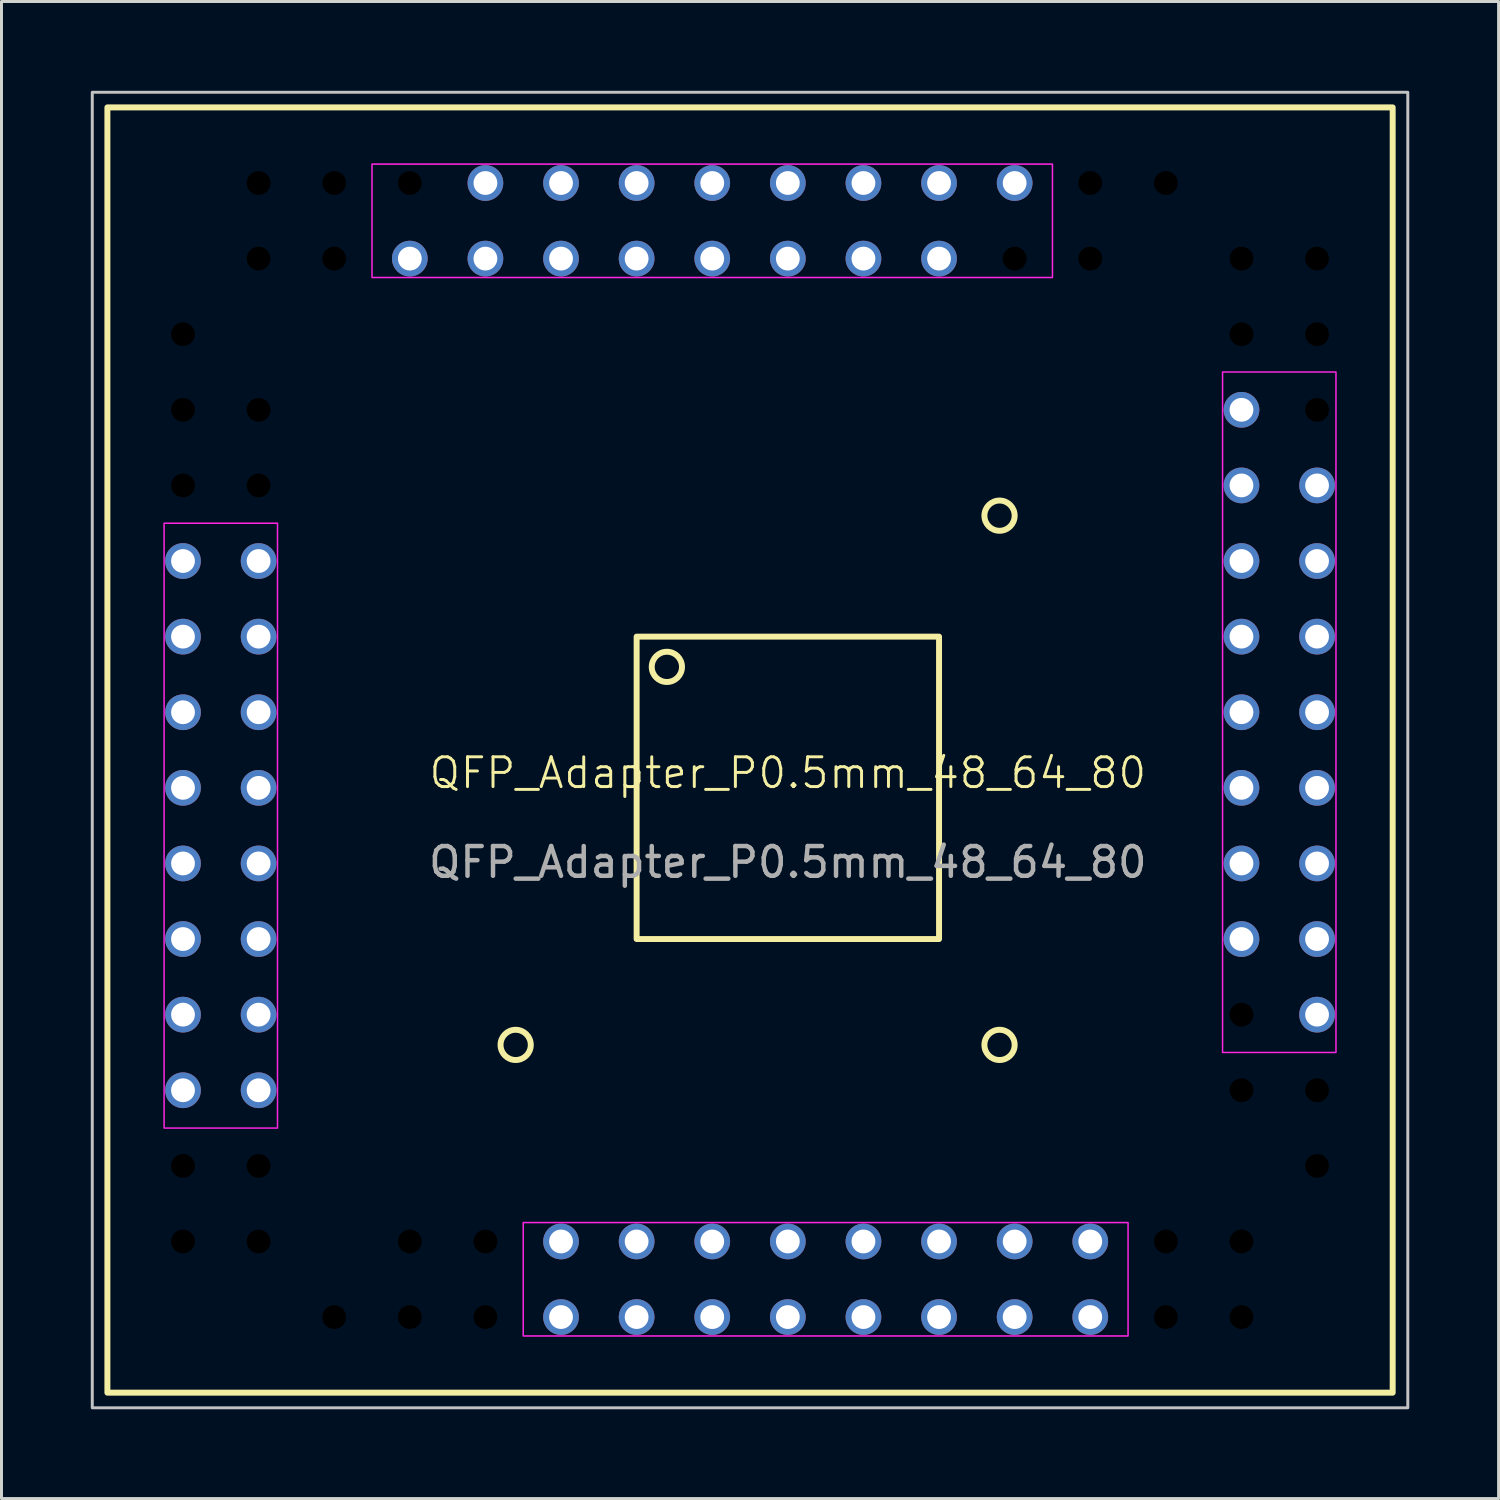
<source format=kicad_pcb>
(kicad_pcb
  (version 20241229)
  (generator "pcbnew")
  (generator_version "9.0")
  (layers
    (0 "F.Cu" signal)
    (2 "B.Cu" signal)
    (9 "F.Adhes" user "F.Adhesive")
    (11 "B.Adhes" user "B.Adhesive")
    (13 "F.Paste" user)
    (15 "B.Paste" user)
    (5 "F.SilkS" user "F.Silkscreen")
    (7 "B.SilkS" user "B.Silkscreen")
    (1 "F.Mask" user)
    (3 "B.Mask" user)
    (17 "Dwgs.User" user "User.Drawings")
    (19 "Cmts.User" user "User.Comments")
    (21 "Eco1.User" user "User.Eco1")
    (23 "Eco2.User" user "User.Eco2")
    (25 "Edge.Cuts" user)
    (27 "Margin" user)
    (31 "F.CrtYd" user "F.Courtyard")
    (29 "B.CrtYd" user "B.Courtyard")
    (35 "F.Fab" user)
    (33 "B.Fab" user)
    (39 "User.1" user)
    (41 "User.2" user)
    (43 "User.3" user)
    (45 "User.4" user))
  (footprint "QFP_Adapter_P0.5mm_48_64_80"
    (layer "F.Cu")
    (at 23.418 23.418)
    (property "Reference" "QFP_Adapter_P0.5mm_48_64_80" (at 0 -0.5 0) (unlocked yes) (layer "F.SilkS") (effects (font (size 1 1) (thickness 0.1))))
    (attr through_hole)
    (fp_rect (start -22.86 -22.86) (end 20.32 20.32) (stroke (width 0.2) (type default)) (fill no) (layer "F.SilkS"))
    (fp_rect (start -5.08 -5.08) (end 5.08 5.08) (stroke (width 0.2) (type default)) (fill no) (layer "F.SilkS"))
    (fp_circle (center -9.144 8.636) (end -8.636 8.636) (stroke (width 0.2) (type default)) (fill no) (layer "F.SilkS"))
    (fp_circle (center -4.064 -4.064) (end -3.556 -4.064) (stroke (width 0.2) (type default)) (fill no) (layer "F.SilkS"))
    (fp_circle (center 7.112 -9.144) (end 7.62 -9.144) (stroke (width 0.2) (type default)) (fill no) (layer "F.SilkS"))
    (fp_circle (center 7.112 8.636) (end 7.62 8.636) (stroke (width 0.2) (type default)) (fill no) (layer "F.SilkS"))
    (fp_rect (start -23.368 -23.368) (end 20.828 20.828) (stroke (width 0.1) (type default)) (fill no) (layer "Dwgs.User"))
    (fp_rect (start -20.955 -8.89) (end -17.145 11.43) (stroke (width 0.05) (type default)) (fill no) (layer "F.CrtYd"))
    (fp_rect (start -13.97 -20.955) (end 8.89 -17.145) (stroke (width 0.05) (type default)) (fill no) (layer "F.CrtYd"))
    (fp_rect (start -8.89 14.605) (end 11.43 18.415) (stroke (width 0.05) (type default)) (fill no) (layer "F.CrtYd"))
    (fp_rect (start 14.605 -13.97) (end 18.415 8.89) (stroke (width 0.05) (type default)) (fill no) (layer "F.CrtYd"))
    (fp_text user "${REFERENCE}" (at 0 2.5 0) (unlocked yes) (layer "F.Fab") (effects (font (size 1 1) (thickness 0.15))))
    (pad "" np_thru_hole circle (at -20.32 -15.24 90) (size 1.2 1.2) (drill 0.8) (layers "*.Mask"))
    (pad "" np_thru_hole circle (at -20.32 -12.7 90) (size 1.2 1.2) (drill 0.8) (layers "*.Mask"))
    (pad "" np_thru_hole circle (at -20.32 -10.16 90) (size 1.2 1.2) (drill 0.8) (layers "*.Mask"))
    (pad "" np_thru_hole circle (at -20.32 12.7 90) (size 1.2 1.2) (drill 0.8) (layers "*.Mask"))
    (pad "" np_thru_hole circle (at -20.32 15.24 90) (size 1.2 1.2) (drill 0.8) (layers "*.Mask"))
    (pad "" np_thru_hole circle (at -17.78 -20.32 90) (size 1.2 1.2) (drill 0.8) (layers "*.Mask"))
    (pad "" np_thru_hole circle (at -17.78 -17.78 90) (size 1.2 1.2) (drill 0.8) (layers "*.Mask"))
    (pad "" np_thru_hole circle (at -17.78 -12.7 90) (size 1.2 1.2) (drill 0.8) (layers "*.Mask"))
    (pad "" np_thru_hole circle (at -17.78 -10.16 90) (size 1.2 1.2) (drill 0.8) (layers "*.Mask"))
    (pad "" np_thru_hole circle (at -17.78 12.7 90) (size 1.2 1.2) (drill 0.8) (layers "*.Mask"))
    (pad "" np_thru_hole circle (at -17.78 15.24 90) (size 1.2 1.2) (drill 0.8) (layers "*.Mask"))
    (pad "" np_thru_hole circle (at -15.24 -20.32 90) (size 1.2 1.2) (drill 0.8) (layers "*.Mask"))
    (pad "" np_thru_hole circle (at -15.24 -17.78 90) (size 1.2 1.2) (drill 0.8) (layers "*.Mask"))
    (pad "" np_thru_hole circle (at -15.24 17.78 90) (size 1.2 1.2) (drill 0.8) (layers "*.Mask"))
    (pad "" np_thru_hole circle (at -12.7 -20.32 90) (size 1.2 1.2) (drill 0.8) (layers "*.Mask"))
    (pad "" np_thru_hole circle (at -12.7 15.24 90) (size 1.2 1.2) (drill 0.8) (layers "*.Mask"))
    (pad "" np_thru_hole circle (at -12.7 17.78 90) (size 1.2 1.2) (drill 0.8) (layers "*.Mask"))
    (pad "" np_thru_hole circle (at -10.16 15.24 90) (size 1.2 1.2) (drill 0.8) (layers "*.Mask"))
    (pad "" np_thru_hole circle (at -10.16 17.78 90) (size 1.2 1.2) (drill 0.8) (layers "*.Mask"))
    (pad "" np_thru_hole circle (at 7.62 -17.78 90) (size 1.2 1.2) (drill 0.8) (layers "*.Mask"))
    (pad "" np_thru_hole circle (at 10.16 -20.32 90) (size 1.2 1.2) (drill 0.8) (layers "*.Mask"))
    (pad "" np_thru_hole circle (at 10.16 -17.78 90) (size 1.2 1.2) (drill 0.8) (layers "*.Mask"))
    (pad "" np_thru_hole circle (at 12.7 -20.32 90) (size 1.2 1.2) (drill 0.8) (layers "*.Mask"))
    (pad "" np_thru_hole circle (at 12.7 15.24 90) (size 1.2 1.2) (drill 0.8) (layers "*.Mask"))
    (pad "" np_thru_hole circle (at 12.7 17.78 90) (size 1.2 1.2) (drill 0.8) (layers "*.Mask"))
    (pad "" np_thru_hole circle (at 15.24 -17.78 90) (size 1.2 1.2) (drill 0.8) (layers "*.Mask"))
    (pad "" np_thru_hole circle (at 15.24 -15.24 90) (size 1.2 1.2) (drill 0.8) (layers "*.Mask"))
    (pad "" np_thru_hole circle (at 15.24 7.62 90) (size 1.2 1.2) (drill 0.8) (layers "*.Mask"))
    (pad "" np_thru_hole circle (at 15.24 10.16 90) (size 1.2 1.2) (drill 0.8) (layers "*.Mask"))
    (pad "" np_thru_hole circle (at 15.24 15.24 90) (size 1.2 1.2) (drill 0.8) (layers "*.Mask"))
    (pad "" np_thru_hole circle (at 15.24 17.78 90) (size 1.2 1.2) (drill 0.8) (layers "*.Mask"))
    (pad "" np_thru_hole circle (at 17.78 -17.78 90) (size 1.2 1.2) (drill 0.8) (layers "*.Mask"))
    (pad "" np_thru_hole circle (at 17.78 -15.24 90) (size 1.2 1.2) (drill 0.8) (layers "*.Mask"))
    (pad "" np_thru_hole circle (at 17.78 -12.7 90) (size 1.2 1.2) (drill 0.8) (layers "*.Mask"))
    (pad "" np_thru_hole circle (at 17.78 10.16 90) (size 1.2 1.2) (drill 0.8) (layers "*.Mask"))
    (pad "" np_thru_hole circle (at 17.78 12.7 90) (size 1.2 1.2) (drill 0.8) (layers "*.Mask"))
    (pad "1" thru_hole circle (at -17.78 -7.62 270) (size 1.2 1.2) (drill 0.8) (layers "*.Cu" "*.Mask"))
    (pad "2" thru_hole circle (at -20.32 -7.62 270) (size 1.2 1.2) (drill 0.8) (layers "*.Cu" "*.Mask"))
    (pad "3" thru_hole circle (at -17.78 -5.08 270) (size 1.2 1.2) (drill 0.8) (layers "*.Cu" "*.Mask"))
    (pad "4" thru_hole circle (at -20.32 -5.08 270) (size 1.2 1.2) (drill 0.8) (layers "*.Cu" "*.Mask"))
    (pad "5" thru_hole circle (at -17.78 -2.54 270) (size 1.2 1.2) (drill 0.8) (layers "*.Cu" "*.Mask"))
    (pad "6" thru_hole circle (at -20.32 -2.54 270) (size 1.2 1.2) (drill 0.8) (layers "*.Cu" "*.Mask"))
    (pad "7" thru_hole circle (at -17.78 0 270) (size 1.2 1.2) (drill 0.8) (layers "*.Cu" "*.Mask"))
    (pad "8" thru_hole circle (at -20.32 0 270) (size 1.2 1.2) (drill 0.8) (layers "*.Cu" "*.Mask"))
    (pad "9" thru_hole circle (at -17.78 2.54 270) (size 1.2 1.2) (drill 0.8) (layers "*.Cu" "*.Mask"))
    (pad "10" thru_hole circle (at -20.32 2.54 270) (size 1.2 1.2) (drill 0.8) (layers "*.Cu" "*.Mask"))
    (pad "11" thru_hole circle (at -17.78 5.08 270) (size 1.2 1.2) (drill 0.8) (layers "*.Cu" "*.Mask"))
    (pad "12" thru_hole circle (at -20.32 5.08 270) (size 1.2 1.2) (drill 0.8) (layers "*.Cu" "*.Mask"))
    (pad "13" thru_hole circle (at -17.78 7.62 270) (size 1.2 1.2) (drill 0.8) (layers "*.Cu" "*.Mask"))
    (pad "14" thru_hole circle (at -20.32 7.62 270) (size 1.2 1.2) (drill 0.8) (layers "*.Cu" "*.Mask"))
    (pad "15" thru_hole circle (at -17.78 10.16 270) (size 1.2 1.2) (drill 0.8) (layers "*.Cu" "*.Mask"))
    (pad "16" thru_hole circle (at -20.32 10.16 270) (size 1.2 1.2) (drill 0.8) (layers "*.Cu" "*.Mask"))
    (pad "17" thru_hole circle (at -7.62 15.24 270) (size 1.2 1.2) (drill 0.8) (layers "*.Cu" "*.Mask"))
    (pad "18" thru_hole circle (at -7.62 17.78 270) (size 1.2 1.2) (drill 0.8) (layers "*.Cu" "*.Mask"))
    (pad "19" thru_hole circle (at -5.08 15.24 270) (size 1.2 1.2) (drill 0.8) (layers "*.Cu" "*.Mask"))
    (pad "20" thru_hole circle (at -5.08 17.78 270) (size 1.2 1.2) (drill 0.8) (layers "*.Cu" "*.Mask"))
    (pad "21" thru_hole circle (at -2.54 15.24 270) (size 1.2 1.2) (drill 0.8) (layers "*.Cu" "*.Mask"))
    (pad "22" thru_hole circle (at -2.54 17.78 270) (size 1.2 1.2) (drill 0.8) (layers "*.Cu" "*.Mask"))
    (pad "23" thru_hole circle (at 0 15.24 270) (size 1.2 1.2) (drill 0.8) (layers "*.Cu" "*.Mask"))
    (pad "24" thru_hole circle (at 0 17.78 270) (size 1.2 1.2) (drill 0.8) (layers "*.Cu" "*.Mask"))
    (pad "25" thru_hole circle (at 2.54 15.24 270) (size 1.2 1.2) (drill 0.8) (layers "*.Cu" "*.Mask"))
    (pad "26" thru_hole circle (at 2.54 17.78 270) (size 1.2 1.2) (drill 0.8) (layers "*.Cu" "*.Mask"))
    (pad "27" thru_hole circle (at 5.08 15.24 270) (size 1.2 1.2) (drill 0.8) (layers "*.Cu" "*.Mask"))
    (pad "28" thru_hole circle (at 5.08 17.78 270) (size 1.2 1.2) (drill 0.8) (layers "*.Cu" "*.Mask"))
    (pad "29" thru_hole circle (at 7.62 15.24 270) (size 1.2 1.2) (drill 0.8) (layers "*.Cu" "*.Mask"))
    (pad "30" thru_hole circle (at 7.62 17.78 270) (size 1.2 1.2) (drill 0.8) (layers "*.Cu" "*.Mask"))
    (pad "31" thru_hole circle (at 10.16 15.24 270) (size 1.2 1.2) (drill 0.8) (layers "*.Cu" "*.Mask"))
    (pad "32" thru_hole circle (at 10.16 17.78 270) (size 1.2 1.2) (drill 0.8) (layers "*.Cu" "*.Mask"))
    (pad "33" thru_hole circle (at 17.78 7.62 270) (size 1.2 1.2) (drill 0.8) (layers "*.Cu" "*.Mask"))
    (pad "34" thru_hole circle (at 15.24 5.08 270) (size 1.2 1.2) (drill 0.8) (layers "*.Cu" "*.Mask"))
    (pad "35" thru_hole circle (at 17.78 5.08 270) (size 1.2 1.2) (drill 0.8) (layers "*.Cu" "*.Mask"))
    (pad "36" thru_hole circle (at 15.24 2.54 270) (size 1.2 1.2) (drill 0.8) (layers "*.Cu" "*.Mask"))
    (pad "37" thru_hole circle (at 17.78 2.54 270) (size 1.2 1.2) (drill 0.8) (layers "*.Cu" "*.Mask"))
    (pad "38" thru_hole circle (at 15.24 0 270) (size 1.2 1.2) (drill 0.8) (layers "*.Cu" "*.Mask"))
    (pad "39" thru_hole circle (at 17.78 0 270) (size 1.2 1.2) (drill 0.8) (layers "*.Cu" "*.Mask"))
    (pad "40" thru_hole circle (at 15.24 -2.54 270) (size 1.2 1.2) (drill 0.8) (layers "*.Cu" "*.Mask"))
    (pad "41" thru_hole circle (at 17.78 -2.54 270) (size 1.2 1.2) (drill 0.8) (layers "*.Cu" "*.Mask"))
    (pad "42" thru_hole circle (at 15.24 -5.08 270) (size 1.2 1.2) (drill 0.8) (layers "*.Cu" "*.Mask"))
    (pad "43" thru_hole circle (at 17.78 -5.08 270) (size 1.2 1.2) (drill 0.8) (layers "*.Cu" "*.Mask"))
    (pad "44" thru_hole circle (at 15.24 -7.62 270) (size 1.2 1.2) (drill 0.8) (layers "*.Cu" "*.Mask"))
    (pad "45" thru_hole circle (at 17.78 -7.62 270) (size 1.2 1.2) (drill 0.8) (layers "*.Cu" "*.Mask"))
    (pad "46" thru_hole circle (at 15.24 -10.16 270) (size 1.2 1.2) (drill 0.8) (layers "*.Cu" "*.Mask"))
    (pad "47" thru_hole circle (at 17.78 -10.16 270) (size 1.2 1.2) (drill 0.8) (layers "*.Cu" "*.Mask"))
    (pad "48" thru_hole circle (at 15.24 -12.7 270) (size 1.2 1.2) (drill 0.8) (layers "*.Cu" "*.Mask"))
    (pad "49" thru_hole circle (at 7.62 -20.32 270) (size 1.2 1.2) (drill 0.8) (layers "*.Cu" "*.Mask"))
    (pad "50" thru_hole circle (at 5.08 -17.78 270) (size 1.2 1.2) (drill 0.8) (layers "*.Cu" "*.Mask"))
    (pad "51" thru_hole circle (at 5.08 -20.32 270) (size 1.2 1.2) (drill 0.8) (layers "*.Cu" "*.Mask"))
    (pad "52" thru_hole circle (at 2.54 -17.78 270) (size 1.2 1.2) (drill 0.8) (layers "*.Cu" "*.Mask"))
    (pad "53" thru_hole circle (at 2.54 -20.32 270) (size 1.2 1.2) (drill 0.8) (layers "*.Cu" "*.Mask"))
    (pad "54" thru_hole circle (at 0 -17.78 270) (size 1.2 1.2) (drill 0.8) (layers "*.Cu" "*.Mask"))
    (pad "55" thru_hole circle (at 0 -20.32 270) (size 1.2 1.2) (drill 0.8) (layers "*.Cu" "*.Mask"))
    (pad "56" thru_hole circle (at -2.54 -17.78 270) (size 1.2 1.2) (drill 0.8) (layers "*.Cu" "*.Mask"))
    (pad "57" thru_hole circle (at -2.54 -20.32 270) (size 1.2 1.2) (drill 0.8) (layers "*.Cu" "*.Mask"))
    (pad "58" thru_hole circle (at -5.08 -17.78 270) (size 1.2 1.2) (drill 0.8) (layers "*.Cu" "*.Mask"))
    (pad "59" thru_hole circle (at -5.08 -20.32 270) (size 1.2 1.2) (drill 0.8) (layers "*.Cu" "*.Mask"))
    (pad "60" thru_hole circle (at -7.62 -17.78 270) (size 1.2 1.2) (drill 0.8) (layers "*.Cu" "*.Mask"))
    (pad "61" thru_hole circle (at -7.62 -20.32 270) (size 1.2 1.2) (drill 0.8) (layers "*.Cu" "*.Mask"))
    (pad "62" thru_hole circle (at -10.16 -17.78 270) (size 1.2 1.2) (drill 0.8) (layers "*.Cu" "*.Mask"))
    (pad "63" thru_hole circle (at -10.16 -20.32 270) (size 1.2 1.2) (drill 0.8) (layers "*.Cu" "*.Mask"))
    (pad "64" thru_hole circle (at -12.7 -17.78 270) (size 1.2 1.2) (drill 0.8) (layers "*.Cu" "*.Mask")))
  (gr_rect
    (start -3 -3)
    (end 47.296 47.296)
    (stroke (width 0.1) (type default))
    (fill no)
    (layer "Edge.Cuts")))
</source>
